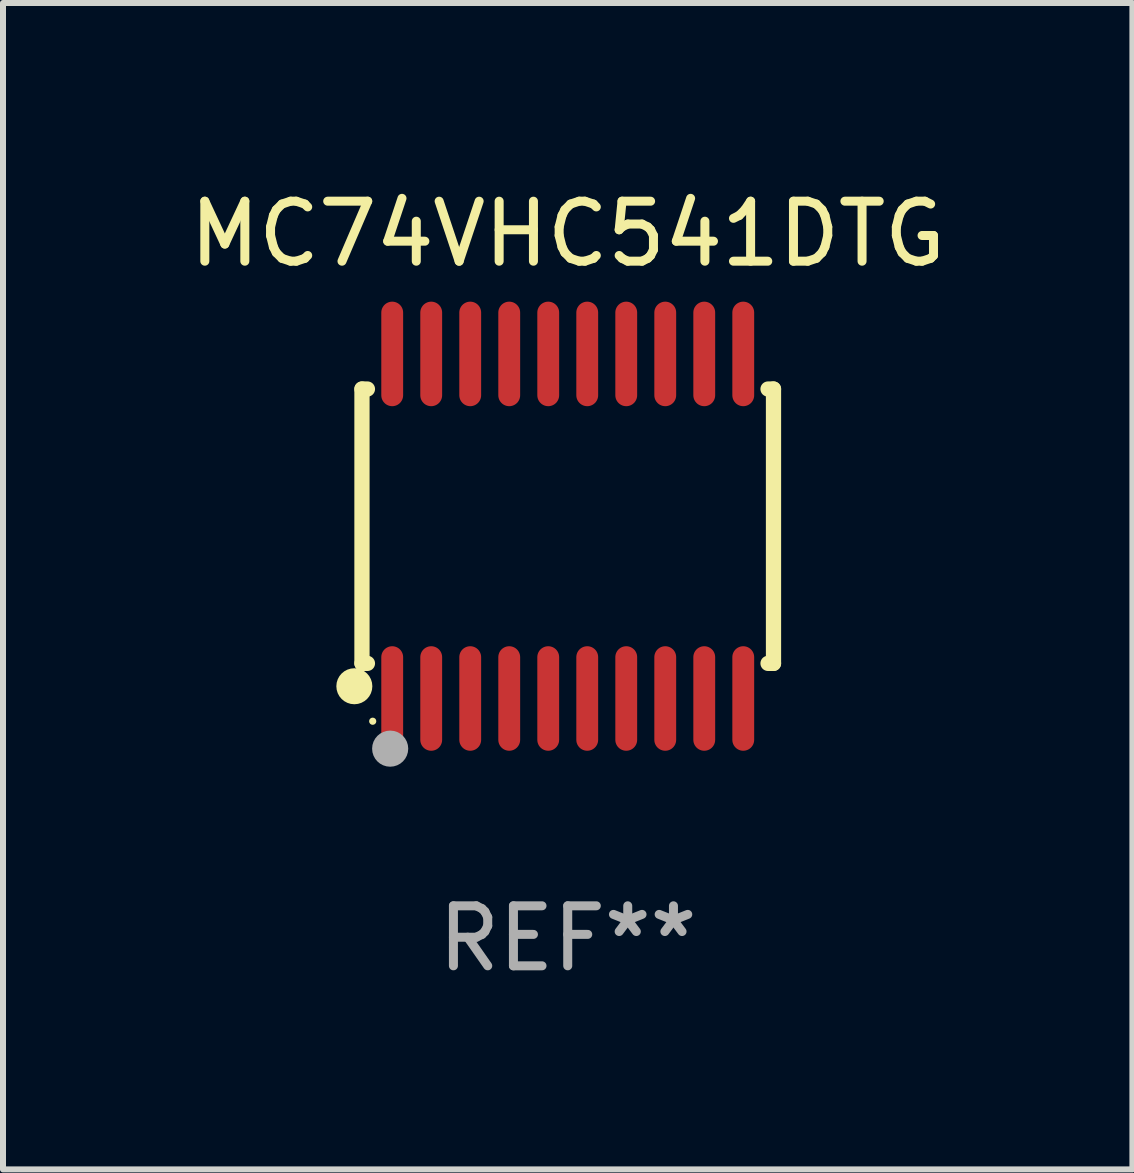
<source format=kicad_pcb>
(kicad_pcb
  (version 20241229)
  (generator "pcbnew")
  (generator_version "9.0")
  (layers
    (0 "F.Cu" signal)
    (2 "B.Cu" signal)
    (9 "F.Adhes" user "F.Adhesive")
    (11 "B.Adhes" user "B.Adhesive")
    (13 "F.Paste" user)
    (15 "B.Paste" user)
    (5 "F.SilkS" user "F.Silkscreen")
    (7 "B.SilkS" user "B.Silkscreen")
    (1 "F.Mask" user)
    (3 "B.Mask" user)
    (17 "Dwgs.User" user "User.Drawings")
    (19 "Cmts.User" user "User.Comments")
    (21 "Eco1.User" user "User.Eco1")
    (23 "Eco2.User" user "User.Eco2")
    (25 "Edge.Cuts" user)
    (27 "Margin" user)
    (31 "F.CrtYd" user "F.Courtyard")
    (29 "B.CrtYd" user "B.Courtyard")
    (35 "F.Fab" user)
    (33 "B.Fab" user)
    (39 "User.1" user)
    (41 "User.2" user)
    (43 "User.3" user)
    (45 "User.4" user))
  (footprint "MC74VHC541DTG"
    (layer "F.Cu")
    (at 6.411 5.719)
    (property "Reference" "MC74VHC541DTG" (at 0 -4.871 0) (layer "F.SilkS") (effects (font (size 1 1) (thickness 0.15))))
    (attr through_hole)
    (fp_line (start -3.429 -2.286) (end -3.429 2.286) (stroke (width 0.254) (type solid)) (layer "F.SilkS"))
    (fp_line (start -3.429 2.286) (end -3.338 2.286) (stroke (width 0.254) (type solid)) (layer "F.SilkS"))
    (fp_line (start -3.338 -2.286) (end -3.429 -2.286) (stroke (width 0.254) (type solid)) (layer "F.SilkS"))
    (fp_line (start 3.338 -2.286) (end 3.429 -2.286) (stroke (width 0.254) (type solid)) (layer "F.SilkS"))
    (fp_line (start 3.429 -2.286) (end 3.429 2.286) (stroke (width 0.254) (type solid)) (layer "F.SilkS"))
    (fp_line (start 3.429 2.286) (end 3.338 2.286) (stroke (width 0.254) (type solid)) (layer "F.SilkS"))
    (fp_circle (center -3.556 2.667) (end -3.406 2.667) (stroke (width 0.3) (type solid)) (fill no) (layer "F.SilkS"))
    (fp_circle (center -3.25 3.25) (end -3.22 3.25) (stroke (width 0.06) (type solid)) (fill no) (layer "F.SilkS"))
    (fp_circle (center -2.959 3.707) (end -2.808 3.707) (stroke (width 0.3) (type solid)) (fill no) (layer "F.Fab"))
    (fp_text user "REF**" (at 0 6.871 0) (layer "F.Fab") (effects (font (size 1 1) (thickness 0.15))))
    (pad "1" smd oval (at -2.925 2.871) (size 0.364 1.742) (layers "F.Cu" "F.Mask" "F.Paste"))
    (pad "2" smd oval (at -2.275 2.871) (size 0.364 1.742) (layers "F.Cu" "F.Mask" "F.Paste"))
    (pad "3" smd oval (at -1.625 2.871) (size 0.364 1.742) (layers "F.Cu" "F.Mask" "F.Paste"))
    (pad "4" smd oval (at -0.975 2.871) (size 0.364 1.742) (layers "F.Cu" "F.Mask" "F.Paste"))
    (pad "5" smd oval (at -0.325 2.871) (size 0.364 1.742) (layers "F.Cu" "F.Mask" "F.Paste"))
    (pad "6" smd oval (at 0.325 2.871) (size 0.364 1.742) (layers "F.Cu" "F.Mask" "F.Paste"))
    (pad "7" smd oval (at 0.975 2.871) (size 0.364 1.742) (layers "F.Cu" "F.Mask" "F.Paste"))
    (pad "8" smd oval (at 1.625 2.871) (size 0.364 1.742) (layers "F.Cu" "F.Mask" "F.Paste"))
    (pad "9" smd oval (at 2.275 2.871) (size 0.364 1.742) (layers "F.Cu" "F.Mask" "F.Paste"))
    (pad "10" smd oval (at 2.925 2.871) (size 0.364 1.742) (layers "F.Cu" "F.Mask" "F.Paste"))
    (pad "11" smd oval (at 2.925 -2.871) (size 0.364 1.742) (layers "F.Cu" "F.Mask" "F.Paste"))
    (pad "12" smd oval (at 2.275 -2.871) (size 0.364 1.742) (layers "F.Cu" "F.Mask" "F.Paste"))
    (pad "13" smd oval (at 1.625 -2.871) (size 0.364 1.742) (layers "F.Cu" "F.Mask" "F.Paste"))
    (pad "14" smd oval (at 0.975 -2.871) (size 0.364 1.742) (layers "F.Cu" "F.Mask" "F.Paste"))
    (pad "15" smd oval (at 0.325 -2.871) (size 0.364 1.742) (layers "F.Cu" "F.Mask" "F.Paste"))
    (pad "16" smd oval (at -0.325 -2.871) (size 0.364 1.742) (layers "F.Cu" "F.Mask" "F.Paste"))
    (pad "17" smd oval (at -0.975 -2.871) (size 0.364 1.742) (layers "F.Cu" "F.Mask" "F.Paste"))
    (pad "18" smd oval (at -1.625 -2.871) (size 0.364 1.742) (layers "F.Cu" "F.Mask" "F.Paste"))
    (pad "19" smd oval (at -2.275 -2.871) (size 0.364 1.742) (layers "F.Cu" "F.Mask" "F.Paste"))
    (pad "20" smd oval (at -2.925 -2.871) (size 0.364 1.742) (layers "F.Cu" "F.Mask" "F.Paste")))
  (gr_rect
    (start -3 -3)
    (end 15.821 16.438)
    (stroke (width 0.1) (type default))
    (fill no)
    (layer "Edge.Cuts")))
</source>
